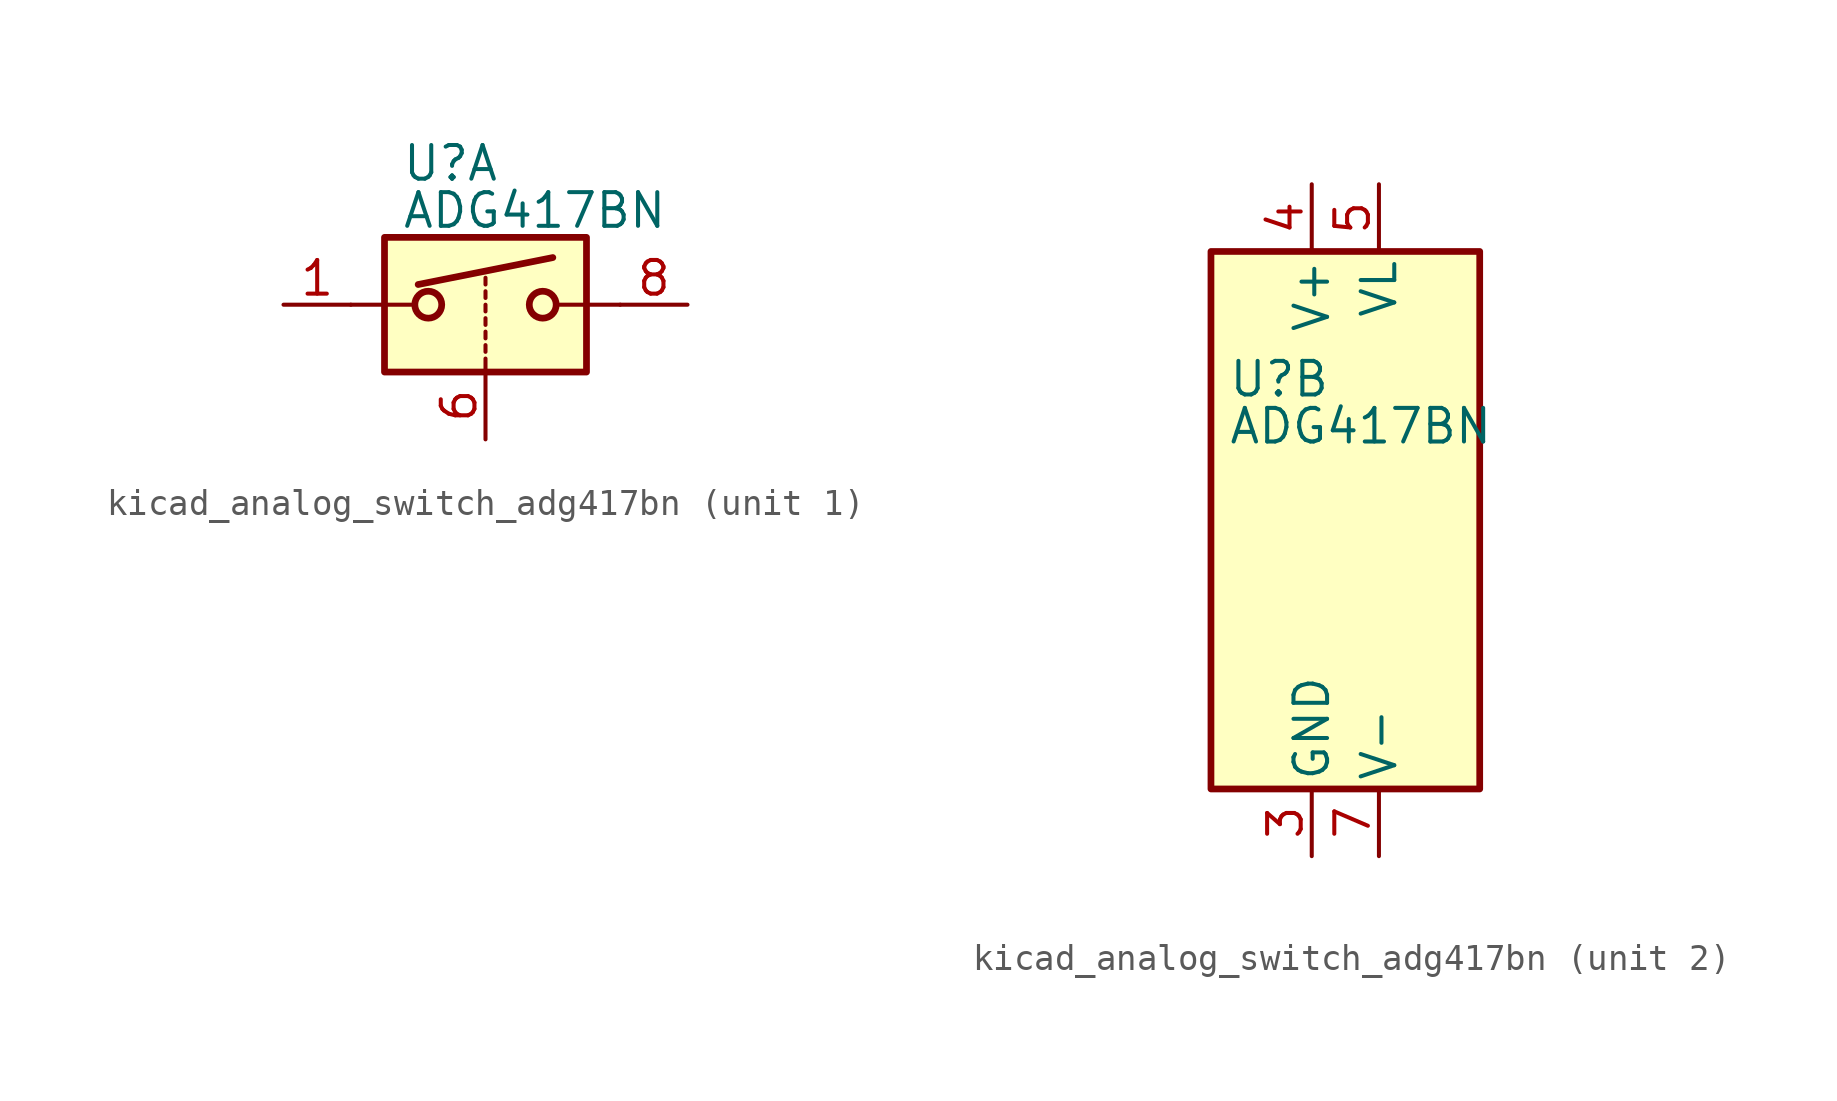
<source format=kicad_sym>
(kicad_symbol_lib
  (version 20220914)
  (generator kicad_symbol_editor)
  (symbol "kicad_analog_switch_adg417bn"
    (pin_names
      (offset 0.254))
    (property "Reference" "U"
      (at -3.175 5.334 0)
      (effects (font (size 1.27 1.27)) (justify left)))
    (property "Value" "ADG417BN"
      (at -3.175 3.556 0)
      (effects (font (size 1.27 1.27)) (justify left)))
    (symbol "kicad_analog_switch_adg417bn_1_1"
      (rectangle (start -3.81 2.54) (end 3.81 -2.54) (stroke (width 0.254) (type default)) (fill (type background)))
      (circle (center -2.159 0) (radius 0.508) (stroke (width 0.254) (type default)) (fill (type none)))
      (polyline (pts (xy -5.08 0) (xy -2.794 0)) (stroke (width 0) (type default)) (fill (type none)))
      (polyline (pts (xy -2.54 0.762) (xy 2.54 1.778)) (stroke (width 0.254) (type default)) (fill (type none)))
      (polyline (pts (xy 0 -2.54) (xy 0 -2.032)) (stroke (width 0) (type default)) (fill (type none)))
      (polyline (pts (xy 0 -1.778) (xy 0 -1.524)) (stroke (width 0) (type default)) (fill (type none)))
      (polyline (pts (xy 0 -1.27) (xy 0 -1.016)) (stroke (width 0) (type default)) (fill (type none)))
      (polyline (pts (xy 0 -0.762) (xy 0 -0.508)) (stroke (width 0) (type default)) (fill (type none)))
      (polyline (pts (xy 0 -0.254) (xy 0 0)) (stroke (width 0) (type default)) (fill (type none)))
      (polyline (pts (xy 0 0.254) (xy 0 0.508)) (stroke (width 0) (type default)) (fill (type none)))
      (polyline (pts (xy 0 0.762) (xy 0 1.016)) (stroke (width 0) (type default)) (fill (type none)))
      (polyline (pts (xy 5.08 0) (xy 2.794 0)) (stroke (width 0) (type default)) (fill (type none)))
      (circle (center 2.159 0) (radius 0.508) (stroke (width 0.254) (type default)) (fill (type none)))
      (pin passive line (at -7.62 0 0) (length 2.54) (name "~" (effects (font (size 1.27 1.27)))) (number "1" (effects (font (size 1.27 1.27)))))
      (pin input line (at 0 -5.08 90) (length 2.54) (name "~" (effects (font (size 1.27 1.27)))) (number "6" (effects (font (size 1.27 1.27)))))
      (pin passive line (at 7.62 0 180) (length 2.54) (name "~" (effects (font (size 1.27 1.27)))) (number "8" (effects (font (size 1.27 1.27))))))
    (symbol "kicad_analog_switch_adg417bn_2_0"
      (pin no_connect line (at -2.54 10.16 270) (length 2.54) hide (name "NC" (effects (font (size 1.27 1.27)))) (number "2" (effects (font (size 1.27 1.27)))))
      (pin power_in line (at 0 -12.7 90) (length 2.54) (name "GND" (effects (font (size 1.27 1.27)))) (number "3" (effects (font (size 1.27 1.27)))))
      (pin power_in line (at 0 12.7 270) (length 2.54) (name "V+" (effects (font (size 1.27 1.27)))) (number "4" (effects (font (size 1.27 1.27)))))
      (pin power_in line (at 2.54 12.7 270) (length 2.54) (name "VL" (effects (font (size 1.27 1.27)))) (number "5" (effects (font (size 1.27 1.27)))))
      (pin power_in line (at 2.54 -12.7 90) (length 2.54) (name "V-" (effects (font (size 1.27 1.27)))) (number "7" (effects (font (size 1.27 1.27))))))
    (symbol "kicad_analog_switch_adg417bn_2_1"
      (rectangle (start -3.81 10.16) (end 6.35 -10.16) (stroke (width 0.254) (type default)) (fill (type background))))))
</source>
